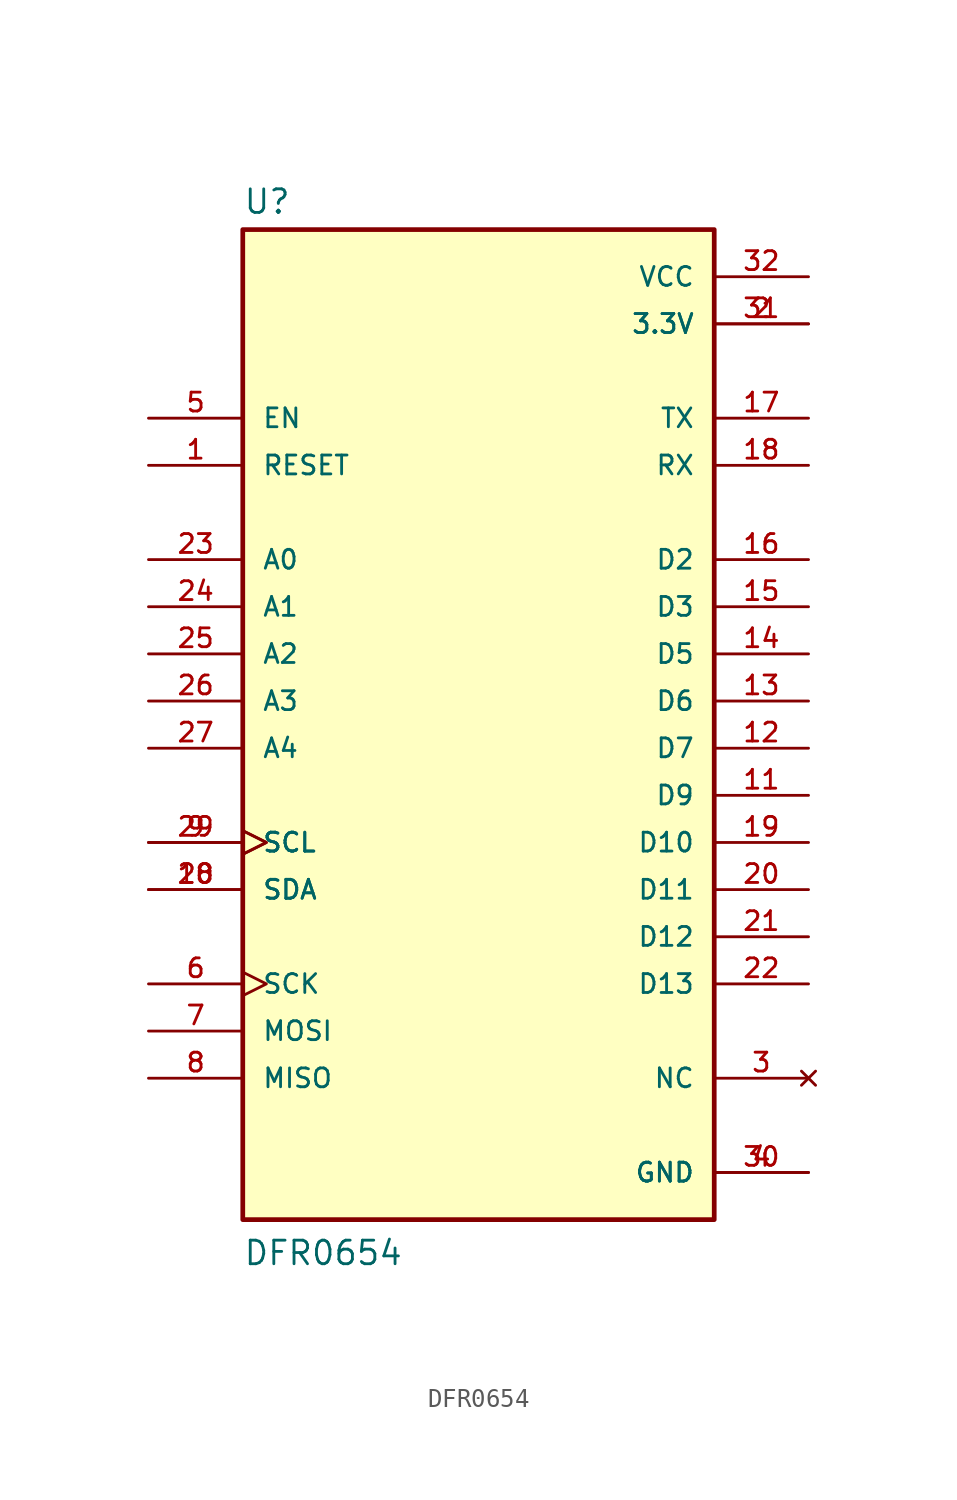
<source format=kicad_sym>
(kicad_symbol_lib
  (version 20211014)
  (generator kicad_symbol_editor)
  (symbol "DFR0654"
    (pin_names
      (offset 1.016))
    (property "Reference" "U"
      (at -12.7 26.162 0)
      (effects (font (size 1.27 1.27)) (justify bottom left)))
    (property "Value" "DFR0654"
      (at -12.7 -30.48 0)
      (effects (font (size 1.27 1.27)) (justify bottom left)))
    (symbol "DFR0654_0_0"
      (rectangle (start -12.7 -27.94) (end 12.7 25.4) (stroke (width 0.254)) (fill (type background)))
      (pin input line (at -17.78 12.7 0) (length 5.08) (name "RESET" (effects (font (size 1.016 1.016)))) (number "1" (effects (font (size 1.016 1.016)))))
      (pin power_in line (at 17.78 20.32 180.0) (length 5.08) (name "3.3V" (effects (font (size 1.016 1.016)))) (number "2" (effects (font (size 1.016 1.016)))))
      (pin power_in line (at 17.78 20.32 180.0) (length 5.08) (name "3.3V" (effects (font (size 1.016 1.016)))) (number "31" (effects (font (size 1.016 1.016)))))
      (pin no_connect line (at 17.78 -20.32 180.0) (length 5.08) (name "NC" (effects (font (size 1.016 1.016)))) (number "3" (effects (font (size 1.016 1.016)))))
      (pin power_in line (at 17.78 -25.4 180.0) (length 5.08) (name "GND" (effects (font (size 1.016 1.016)))) (number "4" (effects (font (size 1.016 1.016)))))
      (pin power_in line (at 17.78 -25.4 180.0) (length 5.08) (name "GND" (effects (font (size 1.016 1.016)))) (number "30" (effects (font (size 1.016 1.016)))))
      (pin input line (at -17.78 15.24 0) (length 5.08) (name "EN" (effects (font (size 1.016 1.016)))) (number "5" (effects (font (size 1.016 1.016)))))
      (pin input clock (at -17.78 -15.24 0) (length 5.08) (name "SCK" (effects (font (size 1.016 1.016)))) (number "6" (effects (font (size 1.016 1.016)))))
      (pin input line (at -17.78 -17.78 0) (length 5.08) (name "MOSI" (effects (font (size 1.016 1.016)))) (number "7" (effects (font (size 1.016 1.016)))))
      (pin output line (at -17.78 -20.32 0) (length 5.08) (name "MISO" (effects (font (size 1.016 1.016)))) (number "8" (effects (font (size 1.016 1.016)))))
      (pin input clock (at -17.78 -7.62 0) (length 5.08) (name "SCL" (effects (font (size 1.016 1.016)))) (number "9" (effects (font (size 1.016 1.016)))))
      (pin input clock (at -17.78 -7.62 0) (length 5.08) (name "SCL" (effects (font (size 1.016 1.016)))) (number "29" (effects (font (size 1.016 1.016)))))
      (pin bidirectional line (at -17.78 -10.16 0) (length 5.08) (name "SDA" (effects (font (size 1.016 1.016)))) (number "10" (effects (font (size 1.016 1.016)))))
      (pin bidirectional line (at -17.78 -10.16 0) (length 5.08) (name "SDA" (effects (font (size 1.016 1.016)))) (number "28" (effects (font (size 1.016 1.016)))))
      (pin bidirectional line (at 17.78 -5.08 180.0) (length 5.08) (name "D9" (effects (font (size 1.016 1.016)))) (number "11" (effects (font (size 1.016 1.016)))))
      (pin bidirectional line (at 17.78 -2.54 180.0) (length 5.08) (name "D7" (effects (font (size 1.016 1.016)))) (number "12" (effects (font (size 1.016 1.016)))))
      (pin output line (at 17.78 15.24 180.0) (length 5.08) (name "TX" (effects (font (size 1.016 1.016)))) (number "17" (effects (font (size 1.016 1.016)))))
      (pin bidirectional line (at 17.78 7.62 180.0) (length 5.08) (name "D2" (effects (font (size 1.016 1.016)))) (number "16" (effects (font (size 1.016 1.016)))))
      (pin bidirectional line (at 17.78 5.08 180.0) (length 5.08) (name "D3" (effects (font (size 1.016 1.016)))) (number "15" (effects (font (size 1.016 1.016)))))
      (pin input line (at 17.78 12.7 180.0) (length 5.08) (name "RX" (effects (font (size 1.016 1.016)))) (number "18" (effects (font (size 1.016 1.016)))))
      (pin bidirectional line (at 17.78 2.54 180.0) (length 5.08) (name "D5" (effects (font (size 1.016 1.016)))) (number "14" (effects (font (size 1.016 1.016)))))
      (pin bidirectional line (at 17.78 0.0 180.0) (length 5.08) (name "D6" (effects (font (size 1.016 1.016)))) (number "13" (effects (font (size 1.016 1.016)))))
      (pin bidirectional line (at 17.78 -7.62 180.0) (length 5.08) (name "D10" (effects (font (size 1.016 1.016)))) (number "19" (effects (font (size 1.016 1.016)))))
      (pin bidirectional line (at 17.78 -10.16 180.0) (length 5.08) (name "D11" (effects (font (size 1.016 1.016)))) (number "20" (effects (font (size 1.016 1.016)))))
      (pin bidirectional line (at 17.78 -12.7 180.0) (length 5.08) (name "D12" (effects (font (size 1.016 1.016)))) (number "21" (effects (font (size 1.016 1.016)))))
      (pin bidirectional line (at 17.78 -15.24 180.0) (length 5.08) (name "D13" (effects (font (size 1.016 1.016)))) (number "22" (effects (font (size 1.016 1.016)))))
      (pin input line (at -17.78 7.62 0) (length 5.08) (name "A0" (effects (font (size 1.016 1.016)))) (number "23" (effects (font (size 1.016 1.016)))))
      (pin input line (at -17.78 5.08 0) (length 5.08) (name "A1" (effects (font (size 1.016 1.016)))) (number "24" (effects (font (size 1.016 1.016)))))
      (pin input line (at -17.78 2.54 0) (length 5.08) (name "A2" (effects (font (size 1.016 1.016)))) (number "25" (effects (font (size 1.016 1.016)))))
      (pin input line (at -17.78 0.0 0) (length 5.08) (name "A3" (effects (font (size 1.016 1.016)))) (number "26" (effects (font (size 1.016 1.016)))))
      (pin input line (at -17.78 -2.54 0) (length 5.08) (name "A4" (effects (font (size 1.016 1.016)))) (number "27" (effects (font (size 1.016 1.016)))))
      (pin power_in line (at 17.78 22.86 180.0) (length 5.08) (name "VCC" (effects (font (size 1.016 1.016)))) (number "32" (effects (font (size 1.016 1.016))))))))
</source>
